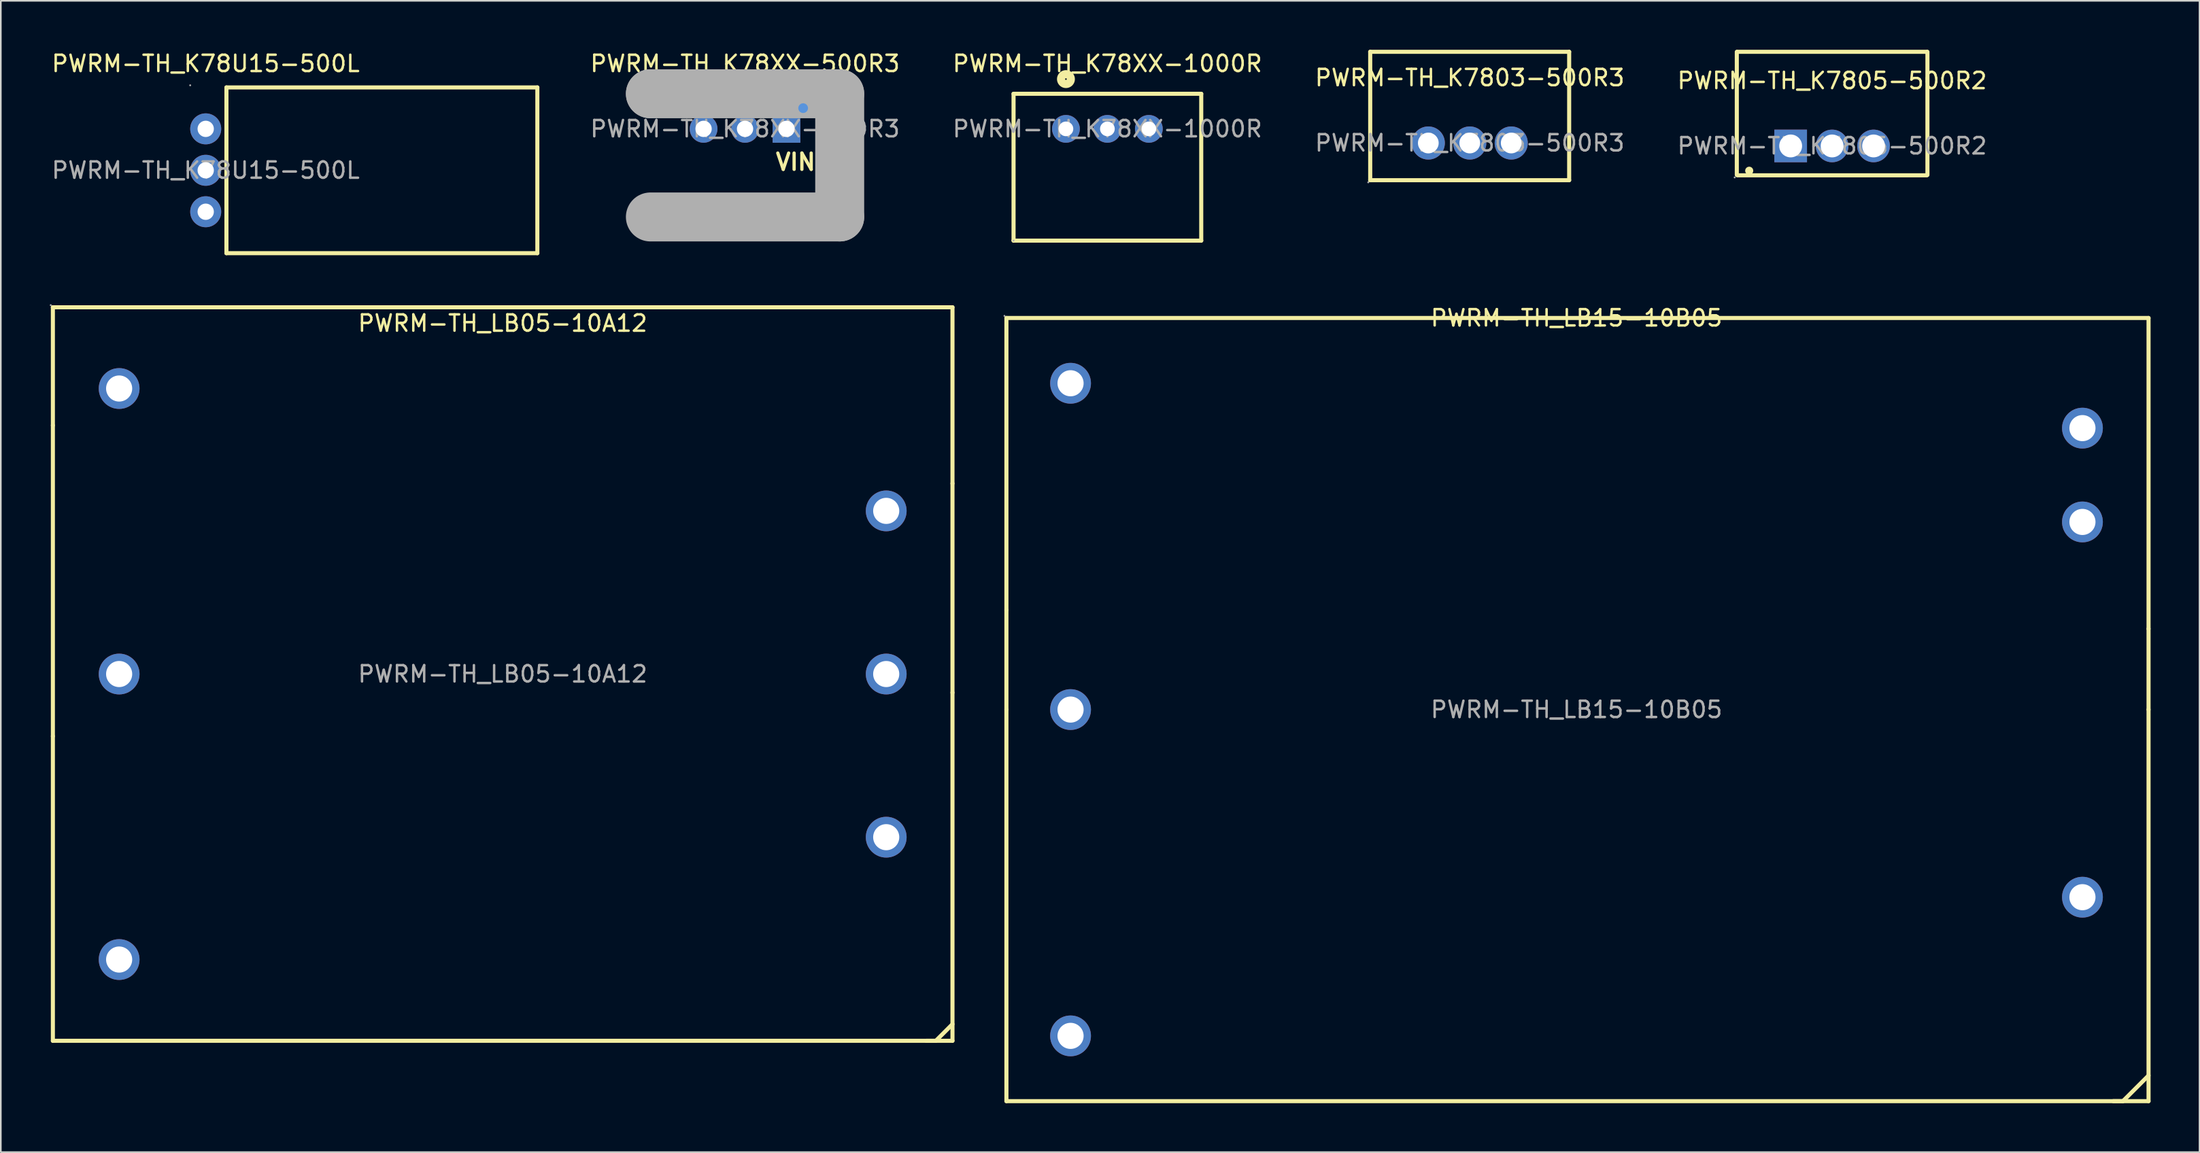
<source format=kicad_pcb>
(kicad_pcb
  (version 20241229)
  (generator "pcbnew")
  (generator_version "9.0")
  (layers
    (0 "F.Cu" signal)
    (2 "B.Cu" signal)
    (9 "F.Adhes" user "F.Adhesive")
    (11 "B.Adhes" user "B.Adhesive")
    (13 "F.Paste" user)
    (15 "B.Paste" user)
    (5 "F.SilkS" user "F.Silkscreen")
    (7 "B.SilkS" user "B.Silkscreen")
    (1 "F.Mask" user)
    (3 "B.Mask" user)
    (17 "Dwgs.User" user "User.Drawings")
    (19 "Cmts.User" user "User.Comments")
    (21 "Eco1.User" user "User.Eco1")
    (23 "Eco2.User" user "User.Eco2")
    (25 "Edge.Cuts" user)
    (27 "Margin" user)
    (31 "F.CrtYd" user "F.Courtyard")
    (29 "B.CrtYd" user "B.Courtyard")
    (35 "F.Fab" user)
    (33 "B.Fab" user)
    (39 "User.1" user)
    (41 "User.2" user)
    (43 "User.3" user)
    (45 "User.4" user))
  (footprint "PWRM-TH_LB15-10B05"
    (layer "F.Cu")
    (at 93.545 40.441)
    (property "Reference" "PWRM-TH_LB15-10B05" (at 0 -24 0) (layer "F.SilkS") (effects (font (size 1 1) (thickness 0.15))))
    (attr through_hole)
    (fp_line (start -34.93 -24) (end 35.05 -24) (stroke (width 0.25) (type solid)) (layer "F.SilkS"))
    (fp_line (start -34.93 -6.1) (end -34.93 -24) (stroke (width 0.25) (type solid)) (layer "F.SilkS"))
    (fp_line (start -34.93 0) (end -34.93 -6.1) (stroke (width 0.25) (type solid)) (layer "F.SilkS"))
    (fp_line (start -34.93 24) (end -34.93 0) (stroke (width 0.25) (type solid)) (layer "F.SilkS"))
    (fp_line (start 32.89 24) (end 33.48 24) (stroke (width 0.25) (type solid)) (layer "F.SilkS"))
    (fp_line (start 33.48 24) (end 35.05 22.43) (stroke (width 0.25) (type solid)) (layer "F.SilkS"))
    (fp_line (start 35.05 -24) (end 35.05 -4.95) (stroke (width 0.25) (type solid)) (layer "F.SilkS"))
    (fp_line (start 35.05 0) (end 35.05 -4.95) (stroke (width 0.25) (type solid)) (layer "F.SilkS"))
    (fp_line (start 35.05 0) (end 35.05 24) (stroke (width 0.25) (type solid)) (layer "F.SilkS"))
    (fp_line (start 35.05 24) (end -34.93 24) (stroke (width 0.25) (type solid)) (layer "F.SilkS"))
    (fp_circle (center -35.05 -24.13) (end -35.02 -24.13) (stroke (width 0.06) (type solid)) (fill no) (layer "F.Fab"))
    (fp_circle (center -31 -20) (end -30.65 -20) (stroke (width 0.7) (type solid)) (fill no) (layer "F.Fab"))
    (fp_circle (center -31 0) (end -30.65 0) (stroke (width 0.7) (type solid)) (fill no) (layer "F.Fab"))
    (fp_circle (center -31 20) (end -30.65 20) (stroke (width 0.7) (type solid)) (fill no) (layer "F.Fab"))
    (fp_circle (center 31 -17.25) (end 31.35 -17.25) (stroke (width 0.7) (type solid)) (fill no) (layer "F.Fab"))
    (fp_circle (center 31 -11.5) (end 31.35 -11.5) (stroke (width 0.7) (type solid)) (fill no) (layer "F.Fab"))
    (fp_circle (center 31 11.5) (end 31.35 11.5) (stroke (width 0.7) (type solid)) (fill no) (layer "F.Fab"))
    (fp_text user "${REFERENCE}" (at 0 0 0) (layer "F.Fab") (effects (font (size 1 1) (thickness 0.15))))
    (pad "1" thru_hole circle (at -31 -20) (size 2.5 2.5) (drill 1.6) (layers "*.Cu" "*.Paste" "*.Mask"))
    (pad "2" thru_hole circle (at -31 0) (size 2.5 2.5) (drill 1.6) (layers "*.Cu" "*.Paste" "*.Mask"))
    (pad "3" thru_hole circle (at -31 20) (size 2.5 2.5) (drill 1.6) (layers "*.Cu" "*.Paste" "*.Mask"))
    (pad "4" thru_hole circle (at 31 -11.5) (size 2.5 2.5) (drill 1.6) (layers "*.Cu" "*.Paste" "*.Mask"))
    (pad "8" thru_hole circle (at 31 11.5) (size 2.5 2.5) (drill 1.6) (layers "*.Cu" "*.Paste" "*.Mask"))
    (pad "9" thru_hole circle (at 31 -17.25) (size 2.5 2.5) (drill 1.6) (layers "*.Cu" "*.Paste" "*.Mask")))
  (footprint "PWRM-TH_K78XX-500R3"
    (layer "F.Cu")
    (at 42.6 4.848)
    (property "Reference" "PWRM-TH_K78XX-500R3" (at 0 -4 0) (layer "F.SilkS") (effects (font (size 1 1) (thickness 0.15))))
    (attr through_hole)
    (fp_circle (center 3.56 -2.79) (end 3.71 -2.79) (stroke (width 0.3) (type solid)) (fill no) (layer "F.SilkS"))
    (fp_circle (center 3.56 -1.27) (end 3.71 -1.27) (stroke (width 0.3) (type solid)) (fill no) (layer "Cmts.User"))
    (fp_line (start -5.8 -2.15) (end -5.8 -2.15) (stroke (width 3) (type solid)) (layer "F.Fab"))
    (fp_line (start -5.8 -2.15) (end 5.8 -2.15) (stroke (width 3) (type solid)) (layer "F.Fab"))
    (fp_line (start 5.8 -2.15) (end 5.8 5.4) (stroke (width 3) (type solid)) (layer "F.Fab"))
    (fp_line (start 5.8 5.4) (end -5.8 5.4) (stroke (width 3) (type solid)) (layer "F.Fab"))
    (fp_circle (center 5.8 -2.15) (end 5.83 -2.15) (stroke (width 0.06) (type solid)) (fill no) (layer "F.Fab"))
    (fp_text user "VIN" (at 1.78 2.03 0) (layer "F.SilkS") (effects (font (size 1 1) (thickness 0.2)) (justify left)))
    (fp_text user "${REFERENCE}" (at 0 0 0) (layer "F.Fab") (effects (font (size 1 1) (thickness 0.15))))
    (pad "1" thru_hole rect (at 2.54 0 180) (size 1.7 1.7) (drill 1) (layers "*.Cu" "*.Paste" "*.Mask"))
    (pad "2" thru_hole circle (at 0 0 180) (size 1.7 1.7) (drill 1) (layers "*.Cu" "*.Paste" "*.Mask"))
    (pad "3" thru_hole circle (at -2.54 0 180) (size 1.7 1.7) (drill 1) (layers "*.Cu" "*.Paste" "*.Mask")))
  (footprint "PWRM-TH_LB05-10A12"
    (layer "F.Cu")
    (at 27.75 38.263)
    (property "Reference" "PWRM-TH_LB05-10A12" (at 0 -21.5 0) (layer "F.SilkS") (effects (font (size 1 1) (thickness 0.15))))
    (attr through_hole)
    (fp_line (start -27.56 -22.48) (end 27.56 -22.48) (stroke (width 0.25) (type solid)) (layer "F.SilkS"))
    (fp_line (start -27.56 -15.24) (end -27.56 -22.48) (stroke (width 0.25) (type solid)) (layer "F.SilkS"))
    (fp_line (start -27.56 -15.24) (end -27.56 3.81) (stroke (width 0.25) (type solid)) (layer "F.SilkS"))
    (fp_line (start -27.56 22.48) (end -27.56 3.81) (stroke (width 0.25) (type solid)) (layer "F.SilkS"))
    (fp_line (start 25.95 22.48) (end 26.54 22.48) (stroke (width 0.25) (type solid)) (layer "F.SilkS"))
    (fp_line (start 26.54 22.48) (end 27.56 21.46) (stroke (width 0.25) (type solid)) (layer "F.SilkS"))
    (fp_line (start 27.56 -22.48) (end 27.56 -11.68) (stroke (width 0.25) (type solid)) (layer "F.SilkS"))
    (fp_line (start 27.56 -11.68) (end 27.56 1.14) (stroke (width 0.25) (type solid)) (layer "F.SilkS"))
    (fp_line (start 27.56 1.14) (end 27.56 22.48) (stroke (width 0.25) (type solid)) (layer "F.SilkS"))
    (fp_line (start 27.56 22.48) (end -27.56 22.48) (stroke (width 0.25) (type solid)) (layer "F.SilkS"))
    (fp_circle (center -27.69 -22.61) (end -27.66 -22.61) (stroke (width 0.06) (type solid)) (fill no) (layer "F.Fab"))
    (fp_circle (center -23.5 -17.5) (end -23.15 -17.5) (stroke (width 0.7) (type solid)) (fill no) (layer "F.Fab"))
    (fp_circle (center -23.5 0) (end -23.15 0) (stroke (width 0.7) (type solid)) (fill no) (layer "F.Fab"))
    (fp_circle (center -23.5 17.5) (end -23.15 17.5) (stroke (width 0.7) (type solid)) (fill no) (layer "F.Fab"))
    (fp_circle (center 23.5 -10) (end 23.85 -10) (stroke (width 0.7) (type solid)) (fill no) (layer "F.Fab"))
    (fp_circle (center 23.5 0) (end 23.85 0) (stroke (width 0.7) (type solid)) (fill no) (layer "F.Fab"))
    (fp_circle (center 23.5 10) (end 23.85 10) (stroke (width 0.7) (type solid)) (fill no) (layer "F.Fab"))
    (fp_text user "${REFERENCE}" (at 0 0 0) (layer "F.Fab") (effects (font (size 1 1) (thickness 0.15))))
    (pad "1" thru_hole circle (at -23.5 -17.5) (size 2.5 2.5) (drill 1.6) (layers "*.Cu" "*.Paste" "*.Mask"))
    (pad "2" thru_hole circle (at -23.5 0) (size 2.5 2.5) (drill 1.6) (layers "*.Cu" "*.Paste" "*.Mask"))
    (pad "3" thru_hole circle (at -23.5 17.5) (size 2.5 2.5) (drill 1.6) (layers "*.Cu" "*.Paste" "*.Mask"))
    (pad "4" thru_hole circle (at 23.5 -10) (size 2.5 2.5) (drill 1.6) (layers "*.Cu" "*.Paste" "*.Mask"))
    (pad "6" thru_hole circle (at 23.5 0) (size 2.5 2.5) (drill 1.6) (layers "*.Cu" "*.Paste" "*.Mask"))
    (pad "8" thru_hole circle (at 23.5 10) (size 2.5 2.5) (drill 1.6) (layers "*.Cu" "*.Paste" "*.Mask")))
  (footprint "PWRM-TH_K7805-500R2"
    (layer "F.Cu")
    (at 109.207 5.895)
    (property "Reference" "PWRM-TH_K7805-500R2" (at 0 -4 0) (layer "F.SilkS") (effects (font (size 1 1) (thickness 0.15))))
    (attr through_hole)
    (fp_line (start -5.84 1.78) (end -5.84 -5.77) (stroke (width 0.25) (type solid)) (layer "F.SilkS"))
    (fp_line (start -5.8 -5.77) (end 5.8 -5.77) (stroke (width 0.25) (type solid)) (layer "F.SilkS"))
    (fp_line (start -5.8 1.8) (end 5.8 1.8) (stroke (width 0.25) (type solid)) (layer "F.SilkS"))
    (fp_line (start 5.84 1.78) (end 5.84 -5.77) (stroke (width 0.25) (type solid)) (layer "F.SilkS"))
    (fp_arc (start -5.08 1.52) (mid -5.08 1.52) (end -5.08 1.52) (stroke (width 0.25) (type solid)) (layer "F.SilkS"))
    (fp_circle (center -5.97 1.93) (end -5.94 1.93) (stroke (width 0.06) (type solid)) (fill no) (layer "F.Fab"))
    (fp_circle (center -2.54 0) (end -2.24 0) (stroke (width 0.6) (type solid)) (fill no) (layer "F.Fab"))
    (fp_circle (center 0 0) (end 0.3 0) (stroke (width 0.6) (type solid)) (fill no) (layer "F.Fab"))
    (fp_circle (center 2.54 0) (end 2.84 0) (stroke (width 0.6) (type solid)) (fill no) (layer "F.Fab"))
    (fp_text user "${REFERENCE}" (at 0 0 0) (layer "F.Fab") (effects (font (size 1 1) (thickness 0.15))))
    (pad "1" thru_hole rect (at -2.54 0) (size 2 2) (drill 1.4) (layers "*.Cu" "*.Paste" "*.Mask"))
    (pad "2" thru_hole circle (at 0 0) (size 2 2) (drill 1.4) (layers "*.Cu" "*.Paste" "*.Mask"))
    (pad "3" thru_hole circle (at 2.54 0) (size 2 2) (drill 1.4) (layers "*.Cu" "*.Paste" "*.Mask")))
  (footprint "PWRM-TH_K78XX-1000R"
    (layer "F.Cu")
    (at 64.802 4.848)
    (property "Reference" "PWRM-TH_K78XX-1000R" (at 0 -4 0) (layer "F.SilkS") (effects (font (size 1 1) (thickness 0.15))))
    (attr through_hole)
    (fp_line (start -5.75 -2.15) (end -5.75 6.85) (stroke (width 0.25) (type solid)) (layer "F.SilkS"))
    (fp_line (start -5.75 -2.15) (end 5.75 -2.15) (stroke (width 0.25) (type solid)) (layer "F.SilkS"))
    (fp_line (start -5.75 6.85) (end 5.75 6.85) (stroke (width 0.25) (type solid)) (layer "F.SilkS"))
    (fp_line (start 5.75 -2.15) (end 5.75 6.85) (stroke (width 0.25) (type solid)) (layer "F.SilkS"))
    (fp_circle (center -2.54 -3.05) (end -2.24 -3.05) (stroke (width 0.5) (type solid)) (fill no) (layer "F.SilkS"))
    (fp_circle (center -5.75 6.85) (end -5.72 6.85) (stroke (width 0.06) (type solid)) (fill no) (layer "F.Fab"))
    (fp_text user "${REFERENCE}" (at 0 0 0) (layer "F.Fab") (effects (font (size 1 1) (thickness 0.15))))
    (pad "1" thru_hole circle (at -2.54 0) (size 1.7 1.7) (drill 0.9) (layers "*.Cu" "*.Paste" "*.Mask"))
    (pad "2" thru_hole circle (at 0 0) (size 1.7 1.7) (drill 0.9) (layers "*.Cu" "*.Paste" "*.Mask"))
    (pad "3" thru_hole circle (at 2.54 0) (size 1.7 1.7) (drill 0.9) (layers "*.Cu" "*.Paste" "*.Mask")))
  (footprint "PWRM-TH_K7803-500R3"
    (layer "F.Cu")
    (at 87.005 5.715)
    (property "Reference" "PWRM-TH_K7803-500R3" (at 0 -4 0) (layer "F.SilkS") (effects (font (size 1 1) (thickness 0.15))))
    (attr through_hole)
    (fp_line (start -6.1 -5.59) (end -6.1 2.28) (stroke (width 0.25) (type solid)) (layer "F.SilkS"))
    (fp_line (start -6.1 2.28) (end 6.09 2.28) (stroke (width 0.25) (type solid)) (layer "F.SilkS"))
    (fp_line (start 6.09 -5.59) (end -6.1 -5.59) (stroke (width 0.25) (type solid)) (layer "F.SilkS"))
    (fp_line (start 6.09 2.28) (end 6.09 -5.59) (stroke (width 0.25) (type solid)) (layer "F.SilkS"))
    (fp_circle (center -6.22 2.41) (end -6.19 2.41) (stroke (width 0.06) (type solid)) (fill no) (layer "F.Fab"))
    (fp_circle (center -2.54 0) (end -2.27 0) (stroke (width 0.54) (type solid)) (fill no) (layer "F.Fab"))
    (fp_circle (center 0 0) (end 0.27 0) (stroke (width 0.54) (type solid)) (fill no) (layer "F.Fab"))
    (fp_circle (center 2.54 0) (end 2.81 0) (stroke (width 0.54) (type solid)) (fill no) (layer "F.Fab"))
    (fp_text user "${REFERENCE}" (at 0 0 0) (layer "F.Fab") (effects (font (size 1 1) (thickness 0.15))))
    (pad "1" thru_hole circle (at -2.54 0) (size 2.03 2.03) (drill 1.27) (layers "*.Cu" "*.Paste" "*.Mask"))
    (pad "2" thru_hole circle (at 0 0) (size 2.03 2.03) (drill 1.27) (layers "*.Cu" "*.Paste" "*.Mask"))
    (pad "3" thru_hole circle (at 2.54 0) (size 2.03 2.03) (drill 1.27) (layers "*.Cu" "*.Paste" "*.Mask")))
  (footprint "PWRM-TH_K78U15-500L"
    (layer "F.Cu")
    (at 9.554 7.388)
    (property "Reference" "PWRM-TH_K78U15-500L" (at 0 -6.54 0) (layer "F.SilkS") (effects (font (size 1 1) (thickness 0.15))))
    (attr through_hole)
    (fp_line (start 1.27 -5.08) (end 1.27 5.08) (stroke (width 0.25) (type solid)) (layer "F.SilkS"))
    (fp_line (start 1.27 5.08) (end 20.32 5.08) (stroke (width 0.25) (type solid)) (layer "F.SilkS"))
    (fp_line (start 20.32 -5.08) (end 1.27 -5.08) (stroke (width 0.25) (type solid)) (layer "F.SilkS"))
    (fp_line (start 20.32 5.08) (end 20.32 -5.08) (stroke (width 0.25) (type solid)) (layer "F.SilkS"))
    (fp_circle (center -0.95 -5.21) (end -0.92 -5.21) (stroke (width 0.06) (type solid)) (fill no) (layer "F.Fab"))
    (fp_circle (center 0 -2.54) (end 0.2 -2.54) (stroke (width 0.4) (type solid)) (fill no) (layer "F.Fab"))
    (fp_circle (center 0 0) (end 0.2 0) (stroke (width 0.4) (type solid)) (fill no) (layer "F.Fab"))
    (fp_circle (center 0 2.54) (end 0.2 2.54) (stroke (width 0.4) (type solid)) (fill no) (layer "F.Fab"))
    (fp_text user "${REFERENCE}" (at 0 0 0) (layer "F.Fab") (effects (font (size 1 1) (thickness 0.15))))
    (pad "1" thru_hole circle (at 0 -2.54) (size 1.9 1.9) (drill 1) (layers "*.Cu" "*.Paste" "*.Mask"))
    (pad "2" thru_hole circle (at 0 0) (size 1.9 1.9) (drill 1) (layers "*.Cu" "*.Paste" "*.Mask"))
    (pad "3" thru_hole circle (at 0 2.54) (size 1.9 1.9) (drill 1) (layers "*.Cu" "*.Paste" "*.Mask")))
  (gr_rect
    (start -3 -3)
    (end 131.72 67.567)
    (stroke (width 0.1) (type default))
    (fill no)
    (layer "Edge.Cuts")))
</source>
